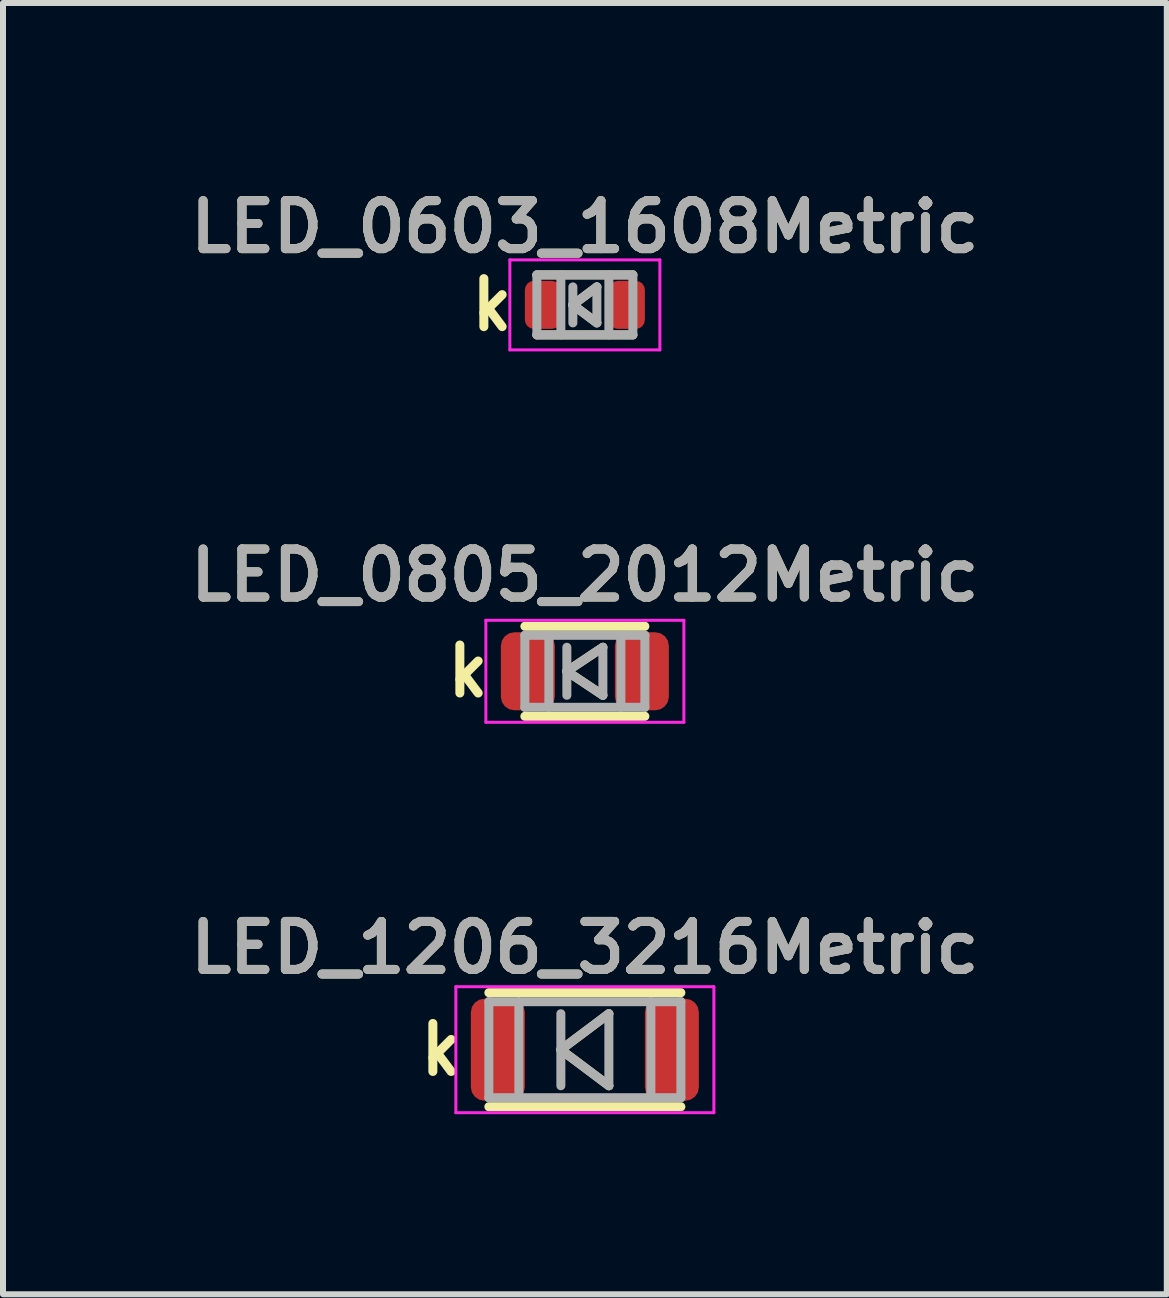
<source format=kicad_pcb>
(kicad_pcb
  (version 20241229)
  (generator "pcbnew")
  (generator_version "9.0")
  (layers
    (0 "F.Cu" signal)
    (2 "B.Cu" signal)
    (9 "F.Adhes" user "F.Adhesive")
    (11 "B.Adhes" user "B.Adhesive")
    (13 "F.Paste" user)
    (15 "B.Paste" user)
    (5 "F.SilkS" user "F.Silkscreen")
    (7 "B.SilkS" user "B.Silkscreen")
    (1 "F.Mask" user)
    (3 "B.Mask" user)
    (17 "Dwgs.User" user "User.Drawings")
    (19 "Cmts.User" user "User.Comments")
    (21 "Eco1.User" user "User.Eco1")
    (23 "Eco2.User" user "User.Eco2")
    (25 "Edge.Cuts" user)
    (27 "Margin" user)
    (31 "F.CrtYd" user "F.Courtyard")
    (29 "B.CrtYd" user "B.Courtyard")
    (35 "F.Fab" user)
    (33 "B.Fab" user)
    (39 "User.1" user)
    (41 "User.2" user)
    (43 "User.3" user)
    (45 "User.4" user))
  (footprint "LED_0805_2012Metric"
    (layer "F.Cu")
    (at 6.697 8.137)
    (property "Reference" "LED_0805_2012Metric" (at 0 -1.6 0) (layer "F.SilkS") (effects (font (size 0.8 0.8) (thickness 0.15))))
    (attr smd)
    (fp_line (start -1 -0.75) (end 1 -0.75) (stroke (width 0.15) (type solid)) (layer "F.SilkS"))
    (fp_line (start -0.3 0) (end 0.3 -0.4) (stroke (width 0.15) (type solid)) (layer "F.SilkS"))
    (fp_line (start -0.3 0) (end 0.3 0.4) (stroke (width 0.15) (type solid)) (layer "F.SilkS"))
    (fp_line (start 1 0.75) (end -1 0.75) (stroke (width 0.15) (type solid)) (layer "F.SilkS"))
    (fp_line (start -1.65 -0.85) (end -1.65 0.85) (stroke (width 0.05) (type solid)) (layer "F.CrtYd"))
    (fp_line (start -1.65 -0.85) (end 1.65 -0.85) (stroke (width 0.05) (type solid)) (layer "F.CrtYd"))
    (fp_line (start 1.65 -0.85) (end 1.65 0.85) (stroke (width 0.05) (type solid)) (layer "F.CrtYd"))
    (fp_line (start 1.65 0.85) (end -1.65 0.85) (stroke (width 0.05) (type solid)) (layer "F.CrtYd"))
    (fp_line (start -1 -0.6) (end 1 -0.6) (stroke (width 0.15) (type solid)) (layer "F.Fab"))
    (fp_line (start -1 0.6) (end -1 -0.6) (stroke (width 0.15) (type solid)) (layer "F.Fab"))
    (fp_line (start -0.6 -0.6) (end -0.6 0.6) (stroke (width 0.15) (type solid)) (layer "F.Fab"))
    (fp_line (start -0.3 0) (end 0.3 -0.4) (stroke (width 0.15) (type solid)) (layer "F.Fab"))
    (fp_line (start -0.3 0.4) (end -0.3 -0.4) (stroke (width 0.15) (type solid)) (layer "F.Fab"))
    (fp_line (start 0.3 -0.4) (end 0.3 0.4) (stroke (width 0.15) (type solid)) (layer "F.Fab"))
    (fp_line (start 0.3 0.4) (end -0.3 0) (stroke (width 0.15) (type solid)) (layer "F.Fab"))
    (fp_line (start 0.6 -0.6) (end 0.6 0.6) (stroke (width 0.15) (type solid)) (layer "F.Fab"))
    (fp_line (start 1 -0.6) (end 1 0.6) (stroke (width 0.15) (type solid)) (layer "F.Fab"))
    (fp_line (start 1 0.6) (end -1 0.6) (stroke (width 0.15) (type solid)) (layer "F.Fab"))
    (fp_text user "k" (at -1.95 0 0) (layer "F.SilkS") (effects (font (size 0.8 0.8) (thickness 0.15))))
    (fp_text user "${REFERENCE}" (at 0 -1.6 0) (layer "F.Fab") (effects (font (size 0.8 0.8) (thickness 0.15))))
    (pad "1" smd roundrect (at -0.95 0) (size 0.9 1.3) (layers "F.Cu" "F.Mask" "F.Paste") (roundrect_rratio 0.25))
    (pad "2" smd roundrect (at 0.95 0) (size 0.9 1.3) (layers "F.Cu" "F.Mask" "F.Paste") (roundrect_rratio 0.25)))
  (footprint "LED_1206_3216Metric"
    (layer "F.Cu")
    (at 6.697 14.444)
    (property "Reference" "LED_1206_3216Metric" (at 0 -1.7 0) (layer "F.SilkS") (effects (font (size 0.8 0.8) (thickness 0.15))))
    (attr smd)
    (fp_line (start -1.6 -0.95) (end 1.6 -0.95) (stroke (width 0.15) (type solid)) (layer "F.SilkS"))
    (fp_line (start -0.4 0) (end 0.4 -0.6) (stroke (width 0.15) (type solid)) (layer "F.SilkS"))
    (fp_line (start 0.4 0.6) (end -0.4 0) (stroke (width 0.15) (type solid)) (layer "F.SilkS"))
    (fp_line (start 1.6 0.95) (end -1.6 0.95) (stroke (width 0.15) (type solid)) (layer "F.SilkS"))
    (fp_line (start -2.15 -1.05) (end -2.15 1.05) (stroke (width 0.05) (type solid)) (layer "F.CrtYd"))
    (fp_line (start -2.15 1.05) (end 2.15 1.05) (stroke (width 0.05) (type solid)) (layer "F.CrtYd"))
    (fp_line (start 2.15 -1.05) (end -2.15 -1.05) (stroke (width 0.05) (type solid)) (layer "F.CrtYd"))
    (fp_line (start 2.15 -1.05) (end 2.15 1.05) (stroke (width 0.05) (type solid)) (layer "F.CrtYd"))
    (fp_line (start -1.6 -0.8) (end 1.6 -0.8) (stroke (width 0.15) (type solid)) (layer "F.Fab"))
    (fp_line (start -1.6 0.8) (end -1.6 -0.8) (stroke (width 0.15) (type solid)) (layer "F.Fab"))
    (fp_line (start -1.1 -0.8) (end -1.1 0.7) (stroke (width 0.15) (type solid)) (layer "F.Fab"))
    (fp_line (start -0.4 0) (end 0.4 -0.6) (stroke (width 0.15) (type solid)) (layer "F.Fab"))
    (fp_line (start -0.4 0.6) (end -0.4 -0.6) (stroke (width 0.15) (type solid)) (layer "F.Fab"))
    (fp_line (start 0.4 -0.6) (end 0.4 0.6) (stroke (width 0.15) (type solid)) (layer "F.Fab"))
    (fp_line (start 0.4 0.6) (end -0.4 0) (stroke (width 0.15) (type solid)) (layer "F.Fab"))
    (fp_line (start 1.1 -0.8) (end 1.1 0.8) (stroke (width 0.15) (type solid)) (layer "F.Fab"))
    (fp_line (start 1.6 -0.8) (end 1.6 0.8) (stroke (width 0.15) (type solid)) (layer "F.Fab"))
    (fp_line (start 1.6 0.8) (end -1.6 0.8) (stroke (width 0.15) (type solid)) (layer "F.Fab"))
    (fp_text user "k" (at -2.4 0 0) (layer "F.SilkS") (effects (font (size 0.8 0.8) (thickness 0.15))))
    (fp_text user "${REFERENCE}" (at 0 -1.7 0) (layer "F.Fab") (effects (font (size 0.8 0.8) (thickness 0.15))))
    (pad "1" smd roundrect (at -1.45 0) (size 0.9 1.7) (layers "F.Cu" "F.Mask" "F.Paste") (roundrect_rratio 0.25))
    (pad "2" smd roundrect (at 1.45 0) (size 0.9 1.7) (layers "F.Cu" "F.Mask" "F.Paste") (roundrect_rratio 0.25)))
  (footprint "LED_0603_1608Metric"
    (layer "F.Cu")
    (at 6.697 2.031)
    (property "Reference" "LED_0603_1608Metric" (at 0 -1.3 0) (layer "F.SilkS") (effects (font (size 0.8 0.8) (thickness 0.15))))
    (attr smd)
    (fp_line (start -0.8 -0.5) (end 0.8 -0.5) (stroke (width 0.15) (type solid)) (layer "F.SilkS"))
    (fp_line (start -0.8 0.5) (end 0.8 0.5) (stroke (width 0.15) (type solid)) (layer "F.SilkS"))
    (fp_line (start -0.2 0) (end 0.2 -0.3) (stroke (width 0.15) (type solid)) (layer "F.SilkS"))
    (fp_line (start -0.2 0) (end 0.2 0.3) (stroke (width 0.15) (type solid)) (layer "F.SilkS"))
    (fp_line (start -1.25 -0.75) (end 1.25 -0.75) (stroke (width 0.05) (type solid)) (layer "F.CrtYd"))
    (fp_line (start -1.25 0.75) (end -1.25 -0.75) (stroke (width 0.05) (type solid)) (layer "F.CrtYd"))
    (fp_line (start 1.25 -0.75) (end 1.25 0.75) (stroke (width 0.05) (type solid)) (layer "F.CrtYd"))
    (fp_line (start 1.25 0.75) (end -1.25 0.75) (stroke (width 0.05) (type solid)) (layer "F.CrtYd"))
    (fp_line (start -0.8 -0.5) (end 0.8 -0.5) (stroke (width 0.15) (type solid)) (layer "F.Fab"))
    (fp_line (start -0.8 0.5) (end -0.8 -0.5) (stroke (width 0.15) (type solid)) (layer "F.Fab"))
    (fp_line (start -0.4 -0.5) (end -0.4 0.5) (stroke (width 0.15) (type solid)) (layer "F.Fab"))
    (fp_line (start -0.2 0) (end 0.2 -0.3) (stroke (width 0.15) (type solid)) (layer "F.Fab"))
    (fp_line (start -0.2 0) (end 0.2 0.3) (stroke (width 0.15) (type solid)) (layer "F.Fab"))
    (fp_line (start -0.2 0.3) (end -0.2 -0.3) (stroke (width 0.15) (type solid)) (layer "F.Fab"))
    (fp_line (start 0.2 -0.3) (end 0.2 0.3) (stroke (width 0.15) (type solid)) (layer "F.Fab"))
    (fp_line (start 0.4 -0.5) (end 0.4 0.5) (stroke (width 0.15) (type solid)) (layer "F.Fab"))
    (fp_line (start 0.8 -0.5) (end 0.8 0.5) (stroke (width 0.15) (type solid)) (layer "F.Fab"))
    (fp_line (start 0.8 0.5) (end -0.8 0.5) (stroke (width 0.15) (type solid)) (layer "F.Fab"))
    (fp_text user "k" (at -1.55 0 0) (layer "F.SilkS") (effects (font (size 0.8 0.8) (thickness 0.15))))
    (fp_text user "${REFERENCE}" (at 0 -1.3 0) (layer "F.Fab") (effects (font (size 0.8 0.8) (thickness 0.15))))
    (pad "1" smd roundrect (at -0.7 0) (size 0.6 0.8) (layers "F.Cu" "F.Mask" "F.Paste") (roundrect_rratio 0.25))
    (pad "2" smd roundrect (at 0.7 0) (size 0.6 0.8) (layers "F.Cu" "F.Mask" "F.Paste") (roundrect_rratio 0.25)))
  (gr_rect
    (start -3 -3)
    (end 16.395 18.519)
    (stroke (width 0.1) (type default))
    (fill no)
    (layer "Edge.Cuts")))
</source>
